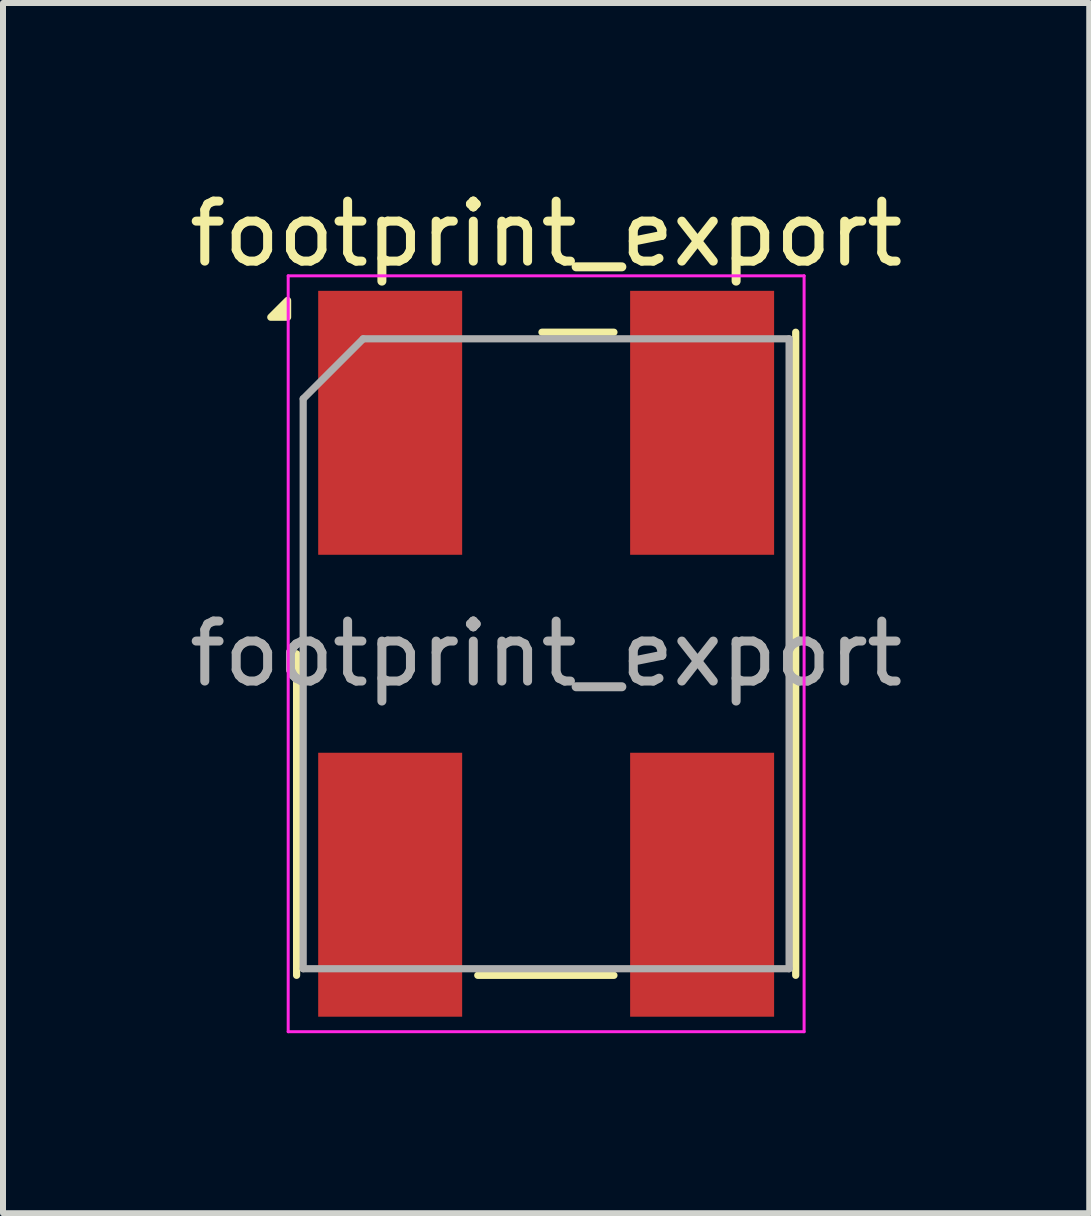
<source format=kicad_pcb>
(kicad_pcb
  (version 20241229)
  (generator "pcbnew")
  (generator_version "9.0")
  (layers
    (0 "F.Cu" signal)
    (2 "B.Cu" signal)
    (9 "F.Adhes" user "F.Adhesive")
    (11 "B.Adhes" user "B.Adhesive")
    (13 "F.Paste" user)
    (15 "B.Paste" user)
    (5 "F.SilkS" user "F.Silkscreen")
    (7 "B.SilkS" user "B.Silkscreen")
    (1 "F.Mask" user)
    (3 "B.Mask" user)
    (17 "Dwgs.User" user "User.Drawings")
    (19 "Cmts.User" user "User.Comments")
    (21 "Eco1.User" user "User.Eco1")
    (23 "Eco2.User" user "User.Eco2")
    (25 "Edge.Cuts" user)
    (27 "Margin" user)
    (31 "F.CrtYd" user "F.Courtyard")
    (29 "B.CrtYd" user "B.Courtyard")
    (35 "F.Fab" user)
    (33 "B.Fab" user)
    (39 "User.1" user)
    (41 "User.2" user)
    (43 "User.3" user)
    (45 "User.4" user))
  (footprint "footprint_export"
    (layer "F.Cu")
    (at 6.054 7.848)
    (property "Reference" "footprint_export" (at 0 -7 0) (layer "F.SilkS") (effects (font (size 1 1) (thickness 0.15))))
    (attr smd)
    (fp_line (start -4.16 0) (end -4.16 5.36) (stroke (width 0.12) (type solid)) (layer "F.SilkS"))
    (fp_line (start -1.14 5.36) (end 1.13 5.36) (stroke (width 0.12) (type solid)) (layer "F.SilkS"))
    (fp_line (start -0.07 -5.36) (end 1.13 -5.36) (stroke (width 0.12) (type solid)) (layer "F.SilkS"))
    (fp_line (start 4.16 -5.36) (end 4.16 5.36) (stroke (width 0.12) (type solid)) (layer "F.SilkS"))
    (fp_poly (pts (xy -4.31 -5.61) (xy -4.59 -5.61) (xy -4.31 -5.89) (xy -4.31 -5.61)) (stroke (width 0.12) (type solid)) (fill yes) (layer "F.SilkS"))
    (fp_line (start -4.3 -6.3) (end -4.3 6.3) (stroke (width 0.05) (type solid)) (layer "F.CrtYd"))
    (fp_line (start -4.3 -6.3) (end 4.3 -6.3) (stroke (width 0.05) (type solid)) (layer "F.CrtYd"))
    (fp_line (start 4.3 6.3) (end -4.3 6.3) (stroke (width 0.05) (type solid)) (layer "F.CrtYd"))
    (fp_line (start 4.3 6.3) (end 4.3 -6.3) (stroke (width 0.05) (type solid)) (layer "F.CrtYd"))
    (fp_line (start -4.05 -4.25) (end -3.05 -5.25) (stroke (width 0.12) (type solid)) (layer "F.Fab"))
    (fp_line (start -4.05 5.25) (end -4.05 -4.25) (stroke (width 0.12) (type solid)) (layer "F.Fab"))
    (fp_line (start -3.05 -5.25) (end 4.05 -5.25) (stroke (width 0.12) (type solid)) (layer "F.Fab"))
    (fp_line (start 4.05 -5.25) (end 4.05 5.25) (stroke (width 0.12) (type solid)) (layer "F.Fab"))
    (fp_line (start 4.05 5.25) (end -4.05 5.25) (stroke (width 0.12) (type solid)) (layer "F.Fab"))
    (fp_text user "${REFERENCE}" (at 0 0 0) (layer "F.Fab") (effects (font (size 1 1) (thickness 0.15))))
    (pad "1" smd rect (at -2.6 -3.85) (size 2.4 4.4) (layers "F.Cu" "F.Mask" "F.Paste"))
    (pad "2" smd rect (at -2.6 3.85) (size 2.4 4.4) (layers "F.Cu" "F.Mask" "F.Paste"))
    (pad "3" smd rect (at 2.6 3.85) (size 2.4 4.4) (layers "F.Cu" "F.Mask" "F.Paste"))
    (pad "4" smd rect (at 2.6 -3.85) (size 2.4 4.4) (layers "F.Cu" "F.Mask" "F.Paste")))
  (gr_rect
    (start -3 -3)
    (end 15.107 17.173)
    (stroke (width 0.1) (type default))
    (fill no)
    (layer "Edge.Cuts")))
</source>
